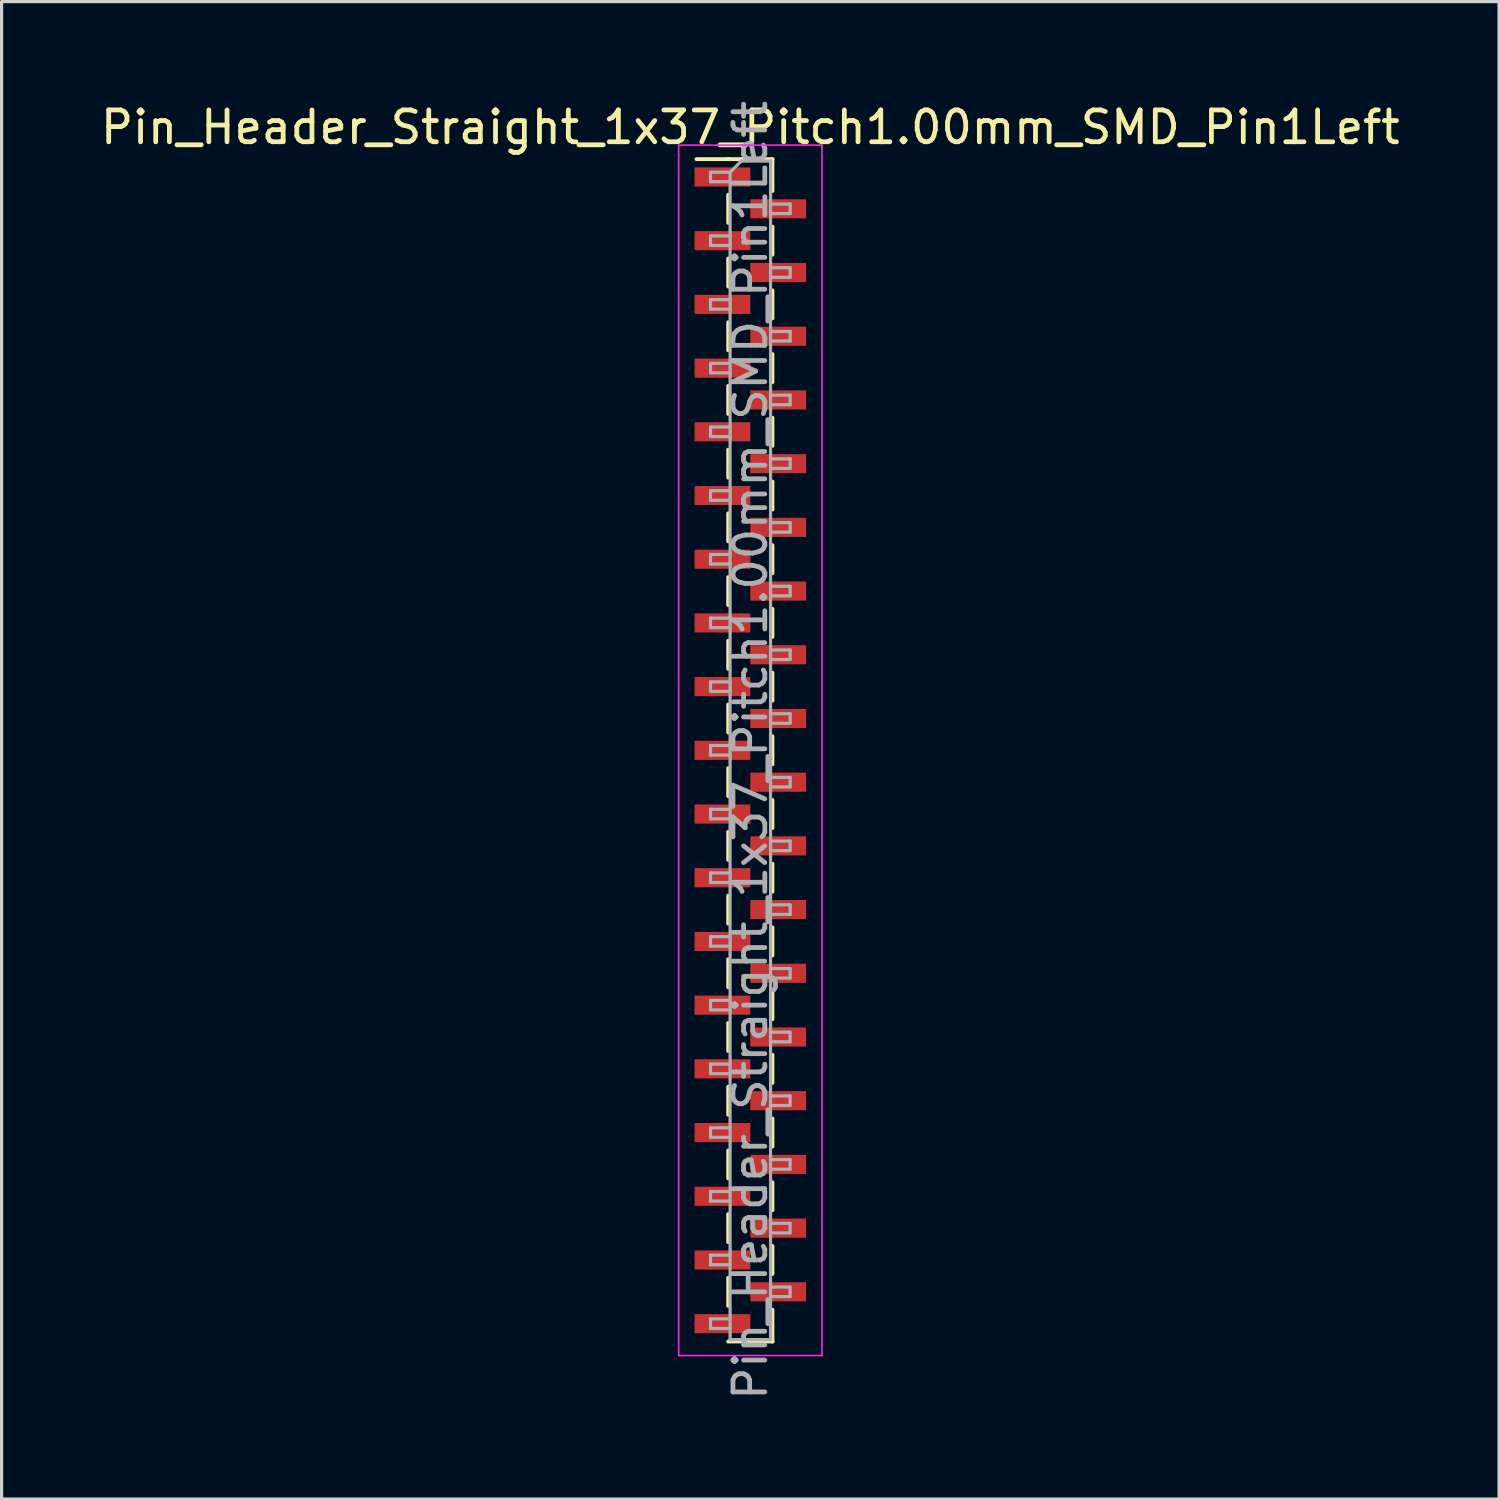
<source format=kicad_pcb>
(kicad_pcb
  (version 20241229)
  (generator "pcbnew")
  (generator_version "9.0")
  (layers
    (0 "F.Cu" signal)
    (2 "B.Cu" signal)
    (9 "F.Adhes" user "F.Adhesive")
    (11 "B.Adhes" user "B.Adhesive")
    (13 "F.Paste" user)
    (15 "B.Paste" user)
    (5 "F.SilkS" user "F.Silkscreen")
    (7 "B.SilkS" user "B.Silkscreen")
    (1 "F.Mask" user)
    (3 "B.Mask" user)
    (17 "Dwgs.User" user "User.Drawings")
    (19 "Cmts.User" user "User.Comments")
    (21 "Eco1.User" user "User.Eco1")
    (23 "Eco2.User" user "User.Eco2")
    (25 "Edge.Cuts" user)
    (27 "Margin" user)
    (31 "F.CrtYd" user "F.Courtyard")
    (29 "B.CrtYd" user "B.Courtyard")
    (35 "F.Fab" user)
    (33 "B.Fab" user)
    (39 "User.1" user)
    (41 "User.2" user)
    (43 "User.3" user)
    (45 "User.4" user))
  (footprint "Pin_Header_Straight_1x37_Pitch1.00mm_SMD_Pin1Left"
    (layer "F.Cu")
    (at 20.506 20.506)
    (property "Reference" "Pin_Header_Straight_1x37_Pitch1.00mm_SMD_Pin1Left" (at 0 -19.56 0) (layer "F.SilkS") (effects (font (size 1 1) (thickness 0.15))))
    (attr smd)
    (fp_line (start -0.695 -18.56) (end -1.69 -18.56) (stroke (width 0.12) (type solid)) (layer "F.SilkS"))
    (fp_line (start -0.695 -18.56) (end -0.695 -18.56) (stroke (width 0.12) (type solid)) (layer "F.SilkS"))
    (fp_line (start -0.695 -18.56) (end 0.695 -18.56) (stroke (width 0.12) (type solid)) (layer "F.SilkS"))
    (fp_line (start -0.695 -17.44) (end -0.695 -16.56) (stroke (width 0.12) (type solid)) (layer "F.SilkS"))
    (fp_line (start -0.695 -15.44) (end -0.695 -14.56) (stroke (width 0.12) (type solid)) (layer "F.SilkS"))
    (fp_line (start -0.695 -13.44) (end -0.695 -12.56) (stroke (width 0.12) (type solid)) (layer "F.SilkS"))
    (fp_line (start -0.695 -11.44) (end -0.695 -10.56) (stroke (width 0.12) (type solid)) (layer "F.SilkS"))
    (fp_line (start -0.695 -9.44) (end -0.695 -8.56) (stroke (width 0.12) (type solid)) (layer "F.SilkS"))
    (fp_line (start -0.695 -7.44) (end -0.695 -6.56) (stroke (width 0.12) (type solid)) (layer "F.SilkS"))
    (fp_line (start -0.695 -5.44) (end -0.695 -4.56) (stroke (width 0.12) (type solid)) (layer "F.SilkS"))
    (fp_line (start -0.695 -3.44) (end -0.695 -2.56) (stroke (width 0.12) (type solid)) (layer "F.SilkS"))
    (fp_line (start -0.695 -1.44) (end -0.695 -0.56) (stroke (width 0.12) (type solid)) (layer "F.SilkS"))
    (fp_line (start -0.695 0.56) (end -0.695 1.44) (stroke (width 0.12) (type solid)) (layer "F.SilkS"))
    (fp_line (start -0.695 2.56) (end -0.695 3.44) (stroke (width 0.12) (type solid)) (layer "F.SilkS"))
    (fp_line (start -0.695 4.56) (end -0.695 5.44) (stroke (width 0.12) (type solid)) (layer "F.SilkS"))
    (fp_line (start -0.695 6.56) (end -0.695 7.44) (stroke (width 0.12) (type solid)) (layer "F.SilkS"))
    (fp_line (start -0.695 8.56) (end -0.695 9.44) (stroke (width 0.12) (type solid)) (layer "F.SilkS"))
    (fp_line (start -0.695 10.56) (end -0.695 11.44) (stroke (width 0.12) (type solid)) (layer "F.SilkS"))
    (fp_line (start -0.695 12.56) (end -0.695 13.44) (stroke (width 0.12) (type solid)) (layer "F.SilkS"))
    (fp_line (start -0.695 14.56) (end -0.695 15.44) (stroke (width 0.12) (type solid)) (layer "F.SilkS"))
    (fp_line (start -0.695 16.56) (end -0.695 17.44) (stroke (width 0.12) (type solid)) (layer "F.SilkS"))
    (fp_line (start -0.695 18.56) (end 0.695 18.56) (stroke (width 0.12) (type solid)) (layer "F.SilkS"))
    (fp_line (start 0.695 -18.56) (end 0.695 -17.56) (stroke (width 0.12) (type solid)) (layer "F.SilkS"))
    (fp_line (start 0.695 -16.44) (end 0.695 -15.56) (stroke (width 0.12) (type solid)) (layer "F.SilkS"))
    (fp_line (start 0.695 -14.44) (end 0.695 -13.56) (stroke (width 0.12) (type solid)) (layer "F.SilkS"))
    (fp_line (start 0.695 -12.44) (end 0.695 -11.56) (stroke (width 0.12) (type solid)) (layer "F.SilkS"))
    (fp_line (start 0.695 -10.44) (end 0.695 -9.56) (stroke (width 0.12) (type solid)) (layer "F.SilkS"))
    (fp_line (start 0.695 -8.44) (end 0.695 -7.56) (stroke (width 0.12) (type solid)) (layer "F.SilkS"))
    (fp_line (start 0.695 -6.44) (end 0.695 -5.56) (stroke (width 0.12) (type solid)) (layer "F.SilkS"))
    (fp_line (start 0.695 -4.44) (end 0.695 -3.56) (stroke (width 0.12) (type solid)) (layer "F.SilkS"))
    (fp_line (start 0.695 -2.44) (end 0.695 -1.56) (stroke (width 0.12) (type solid)) (layer "F.SilkS"))
    (fp_line (start 0.695 -0.44) (end 0.695 0.44) (stroke (width 0.12) (type solid)) (layer "F.SilkS"))
    (fp_line (start 0.695 1.56) (end 0.695 2.44) (stroke (width 0.12) (type solid)) (layer "F.SilkS"))
    (fp_line (start 0.695 3.56) (end 0.695 4.44) (stroke (width 0.12) (type solid)) (layer "F.SilkS"))
    (fp_line (start 0.695 5.56) (end 0.695 6.44) (stroke (width 0.12) (type solid)) (layer "F.SilkS"))
    (fp_line (start 0.695 7.56) (end 0.695 8.44) (stroke (width 0.12) (type solid)) (layer "F.SilkS"))
    (fp_line (start 0.695 9.56) (end 0.695 10.44) (stroke (width 0.12) (type solid)) (layer "F.SilkS"))
    (fp_line (start 0.695 11.56) (end 0.695 12.44) (stroke (width 0.12) (type solid)) (layer "F.SilkS"))
    (fp_line (start 0.695 13.56) (end 0.695 14.44) (stroke (width 0.12) (type solid)) (layer "F.SilkS"))
    (fp_line (start 0.695 15.56) (end 0.695 16.44) (stroke (width 0.12) (type solid)) (layer "F.SilkS"))
    (fp_line (start 0.695 17.56) (end 0.695 18.56) (stroke (width 0.12) (type solid)) (layer "F.SilkS"))
    (fp_line (start 0.695 18.56) (end 0.695 18.56) (stroke (width 0.12) (type solid)) (layer "F.SilkS"))
    (fp_line (start -2.25 -19) (end -2.25 19) (stroke (width 0.05) (type solid)) (layer "F.CrtYd"))
    (fp_line (start -2.25 19) (end 2.25 19) (stroke (width 0.05) (type solid)) (layer "F.CrtYd"))
    (fp_line (start 2.25 -19) (end -2.25 -19) (stroke (width 0.05) (type solid)) (layer "F.CrtYd"))
    (fp_line (start 2.25 19) (end 2.25 -19) (stroke (width 0.05) (type solid)) (layer "F.CrtYd"))
    (fp_line (start -1.25 -18.15) (end -1.25 -17.85) (stroke (width 0.1) (type solid)) (layer "F.Fab"))
    (fp_line (start -1.25 -17.85) (end -0.635 -17.85) (stroke (width 0.1) (type solid)) (layer "F.Fab"))
    (fp_line (start -1.25 -16.15) (end -1.25 -15.85) (stroke (width 0.1) (type solid)) (layer "F.Fab"))
    (fp_line (start -1.25 -15.85) (end -0.635 -15.85) (stroke (width 0.1) (type solid)) (layer "F.Fab"))
    (fp_line (start -1.25 -14.15) (end -1.25 -13.85) (stroke (width 0.1) (type solid)) (layer "F.Fab"))
    (fp_line (start -1.25 -13.85) (end -0.635 -13.85) (stroke (width 0.1) (type solid)) (layer "F.Fab"))
    (fp_line (start -1.25 -12.15) (end -1.25 -11.85) (stroke (width 0.1) (type solid)) (layer "F.Fab"))
    (fp_line (start -1.25 -11.85) (end -0.635 -11.85) (stroke (width 0.1) (type solid)) (layer "F.Fab"))
    (fp_line (start -1.25 -10.15) (end -1.25 -9.85) (stroke (width 0.1) (type solid)) (layer "F.Fab"))
    (fp_line (start -1.25 -9.85) (end -0.635 -9.85) (stroke (width 0.1) (type solid)) (layer "F.Fab"))
    (fp_line (start -1.25 -8.15) (end -1.25 -7.85) (stroke (width 0.1) (type solid)) (layer "F.Fab"))
    (fp_line (start -1.25 -7.85) (end -0.635 -7.85) (stroke (width 0.1) (type solid)) (layer "F.Fab"))
    (fp_line (start -1.25 -6.15) (end -1.25 -5.85) (stroke (width 0.1) (type solid)) (layer "F.Fab"))
    (fp_line (start -1.25 -5.85) (end -0.635 -5.85) (stroke (width 0.1) (type solid)) (layer "F.Fab"))
    (fp_line (start -1.25 -4.15) (end -1.25 -3.85) (stroke (width 0.1) (type solid)) (layer "F.Fab"))
    (fp_line (start -1.25 -3.85) (end -0.635 -3.85) (stroke (width 0.1) (type solid)) (layer "F.Fab"))
    (fp_line (start -1.25 -2.15) (end -1.25 -1.85) (stroke (width 0.1) (type solid)) (layer "F.Fab"))
    (fp_line (start -1.25 -1.85) (end -0.635 -1.85) (stroke (width 0.1) (type solid)) (layer "F.Fab"))
    (fp_line (start -1.25 -0.15) (end -1.25 0.15) (stroke (width 0.1) (type solid)) (layer "F.Fab"))
    (fp_line (start -1.25 0.15) (end -0.635 0.15) (stroke (width 0.1) (type solid)) (layer "F.Fab"))
    (fp_line (start -1.25 1.85) (end -1.25 2.15) (stroke (width 0.1) (type solid)) (layer "F.Fab"))
    (fp_line (start -1.25 2.15) (end -0.635 2.15) (stroke (width 0.1) (type solid)) (layer "F.Fab"))
    (fp_line (start -1.25 3.85) (end -1.25 4.15) (stroke (width 0.1) (type solid)) (layer "F.Fab"))
    (fp_line (start -1.25 4.15) (end -0.635 4.15) (stroke (width 0.1) (type solid)) (layer "F.Fab"))
    (fp_line (start -1.25 5.85) (end -1.25 6.15) (stroke (width 0.1) (type solid)) (layer "F.Fab"))
    (fp_line (start -1.25 6.15) (end -0.635 6.15) (stroke (width 0.1) (type solid)) (layer "F.Fab"))
    (fp_line (start -1.25 7.85) (end -1.25 8.15) (stroke (width 0.1) (type solid)) (layer "F.Fab"))
    (fp_line (start -1.25 8.15) (end -0.635 8.15) (stroke (width 0.1) (type solid)) (layer "F.Fab"))
    (fp_line (start -1.25 9.85) (end -1.25 10.15) (stroke (width 0.1) (type solid)) (layer "F.Fab"))
    (fp_line (start -1.25 10.15) (end -0.635 10.15) (stroke (width 0.1) (type solid)) (layer "F.Fab"))
    (fp_line (start -1.25 11.85) (end -1.25 12.15) (stroke (width 0.1) (type solid)) (layer "F.Fab"))
    (fp_line (start -1.25 12.15) (end -0.635 12.15) (stroke (width 0.1) (type solid)) (layer "F.Fab"))
    (fp_line (start -1.25 13.85) (end -1.25 14.15) (stroke (width 0.1) (type solid)) (layer "F.Fab"))
    (fp_line (start -1.25 14.15) (end -0.635 14.15) (stroke (width 0.1) (type solid)) (layer "F.Fab"))
    (fp_line (start -1.25 15.85) (end -1.25 16.15) (stroke (width 0.1) (type solid)) (layer "F.Fab"))
    (fp_line (start -1.25 16.15) (end -0.635 16.15) (stroke (width 0.1) (type solid)) (layer "F.Fab"))
    (fp_line (start -1.25 17.85) (end -1.25 18.15) (stroke (width 0.1) (type solid)) (layer "F.Fab"))
    (fp_line (start -1.25 18.15) (end -0.635 18.15) (stroke (width 0.1) (type solid)) (layer "F.Fab"))
    (fp_line (start -0.635 -18.15) (end -1.25 -18.15) (stroke (width 0.1) (type solid)) (layer "F.Fab"))
    (fp_line (start -0.635 -18.15) (end -0.285 -18.5) (stroke (width 0.1) (type solid)) (layer "F.Fab"))
    (fp_line (start -0.635 -16.15) (end -1.25 -16.15) (stroke (width 0.1) (type solid)) (layer "F.Fab"))
    (fp_line (start -0.635 -14.15) (end -1.25 -14.15) (stroke (width 0.1) (type solid)) (layer "F.Fab"))
    (fp_line (start -0.635 -12.15) (end -1.25 -12.15) (stroke (width 0.1) (type solid)) (layer "F.Fab"))
    (fp_line (start -0.635 -10.15) (end -1.25 -10.15) (stroke (width 0.1) (type solid)) (layer "F.Fab"))
    (fp_line (start -0.635 -8.15) (end -1.25 -8.15) (stroke (width 0.1) (type solid)) (layer "F.Fab"))
    (fp_line (start -0.635 -6.15) (end -1.25 -6.15) (stroke (width 0.1) (type solid)) (layer "F.Fab"))
    (fp_line (start -0.635 -4.15) (end -1.25 -4.15) (stroke (width 0.1) (type solid)) (layer "F.Fab"))
    (fp_line (start -0.635 -2.15) (end -1.25 -2.15) (stroke (width 0.1) (type solid)) (layer "F.Fab"))
    (fp_line (start -0.635 -0.15) (end -1.25 -0.15) (stroke (width 0.1) (type solid)) (layer "F.Fab"))
    (fp_line (start -0.635 1.85) (end -1.25 1.85) (stroke (width 0.1) (type solid)) (layer "F.Fab"))
    (fp_line (start -0.635 3.85) (end -1.25 3.85) (stroke (width 0.1) (type solid)) (layer "F.Fab"))
    (fp_line (start -0.635 5.85) (end -1.25 5.85) (stroke (width 0.1) (type solid)) (layer "F.Fab"))
    (fp_line (start -0.635 7.85) (end -1.25 7.85) (stroke (width 0.1) (type solid)) (layer "F.Fab"))
    (fp_line (start -0.635 9.85) (end -1.25 9.85) (stroke (width 0.1) (type solid)) (layer "F.Fab"))
    (fp_line (start -0.635 11.85) (end -1.25 11.85) (stroke (width 0.1) (type solid)) (layer "F.Fab"))
    (fp_line (start -0.635 13.85) (end -1.25 13.85) (stroke (width 0.1) (type solid)) (layer "F.Fab"))
    (fp_line (start -0.635 15.85) (end -1.25 15.85) (stroke (width 0.1) (type solid)) (layer "F.Fab"))
    (fp_line (start -0.635 17.85) (end -1.25 17.85) (stroke (width 0.1) (type solid)) (layer "F.Fab"))
    (fp_line (start -0.635 18.5) (end -0.635 -18.15) (stroke (width 0.1) (type solid)) (layer "F.Fab"))
    (fp_line (start -0.285 -18.5) (end 0.635 -18.5) (stroke (width 0.1) (type solid)) (layer "F.Fab"))
    (fp_line (start 0.635 -18.5) (end 0.635 18.5) (stroke (width 0.1) (type solid)) (layer "F.Fab"))
    (fp_line (start 0.635 -17.15) (end 1.25 -17.15) (stroke (width 0.1) (type solid)) (layer "F.Fab"))
    (fp_line (start 0.635 -15.15) (end 1.25 -15.15) (stroke (width 0.1) (type solid)) (layer "F.Fab"))
    (fp_line (start 0.635 -13.15) (end 1.25 -13.15) (stroke (width 0.1) (type solid)) (layer "F.Fab"))
    (fp_line (start 0.635 -11.15) (end 1.25 -11.15) (stroke (width 0.1) (type solid)) (layer "F.Fab"))
    (fp_line (start 0.635 -9.15) (end 1.25 -9.15) (stroke (width 0.1) (type solid)) (layer "F.Fab"))
    (fp_line (start 0.635 -7.15) (end 1.25 -7.15) (stroke (width 0.1) (type solid)) (layer "F.Fab"))
    (fp_line (start 0.635 -5.15) (end 1.25 -5.15) (stroke (width 0.1) (type solid)) (layer "F.Fab"))
    (fp_line (start 0.635 -3.15) (end 1.25 -3.15) (stroke (width 0.1) (type solid)) (layer "F.Fab"))
    (fp_line (start 0.635 -1.15) (end 1.25 -1.15) (stroke (width 0.1) (type solid)) (layer "F.Fab"))
    (fp_line (start 0.635 0.85) (end 1.25 0.85) (stroke (width 0.1) (type solid)) (layer "F.Fab"))
    (fp_line (start 0.635 2.85) (end 1.25 2.85) (stroke (width 0.1) (type solid)) (layer "F.Fab"))
    (fp_line (start 0.635 4.85) (end 1.25 4.85) (stroke (width 0.1) (type solid)) (layer "F.Fab"))
    (fp_line (start 0.635 6.85) (end 1.25 6.85) (stroke (width 0.1) (type solid)) (layer "F.Fab"))
    (fp_line (start 0.635 8.85) (end 1.25 8.85) (stroke (width 0.1) (type solid)) (layer "F.Fab"))
    (fp_line (start 0.635 10.85) (end 1.25 10.85) (stroke (width 0.1) (type solid)) (layer "F.Fab"))
    (fp_line (start 0.635 12.85) (end 1.25 12.85) (stroke (width 0.1) (type solid)) (layer "F.Fab"))
    (fp_line (start 0.635 14.85) (end 1.25 14.85) (stroke (width 0.1) (type solid)) (layer "F.Fab"))
    (fp_line (start 0.635 16.85) (end 1.25 16.85) (stroke (width 0.1) (type solid)) (layer "F.Fab"))
    (fp_line (start 0.635 18.5) (end -0.635 18.5) (stroke (width 0.1) (type solid)) (layer "F.Fab"))
    (fp_line (start 1.25 -17.15) (end 1.25 -16.85) (stroke (width 0.1) (type solid)) (layer "F.Fab"))
    (fp_line (start 1.25 -16.85) (end 0.635 -16.85) (stroke (width 0.1) (type solid)) (layer "F.Fab"))
    (fp_line (start 1.25 -15.15) (end 1.25 -14.85) (stroke (width 0.1) (type solid)) (layer "F.Fab"))
    (fp_line (start 1.25 -14.85) (end 0.635 -14.85) (stroke (width 0.1) (type solid)) (layer "F.Fab"))
    (fp_line (start 1.25 -13.15) (end 1.25 -12.85) (stroke (width 0.1) (type solid)) (layer "F.Fab"))
    (fp_line (start 1.25 -12.85) (end 0.635 -12.85) (stroke (width 0.1) (type solid)) (layer "F.Fab"))
    (fp_line (start 1.25 -11.15) (end 1.25 -10.85) (stroke (width 0.1) (type solid)) (layer "F.Fab"))
    (fp_line (start 1.25 -10.85) (end 0.635 -10.85) (stroke (width 0.1) (type solid)) (layer "F.Fab"))
    (fp_line (start 1.25 -9.15) (end 1.25 -8.85) (stroke (width 0.1) (type solid)) (layer "F.Fab"))
    (fp_line (start 1.25 -8.85) (end 0.635 -8.85) (stroke (width 0.1) (type solid)) (layer "F.Fab"))
    (fp_line (start 1.25 -7.15) (end 1.25 -6.85) (stroke (width 0.1) (type solid)) (layer "F.Fab"))
    (fp_line (start 1.25 -6.85) (end 0.635 -6.85) (stroke (width 0.1) (type solid)) (layer "F.Fab"))
    (fp_line (start 1.25 -5.15) (end 1.25 -4.85) (stroke (width 0.1) (type solid)) (layer "F.Fab"))
    (fp_line (start 1.25 -4.85) (end 0.635 -4.85) (stroke (width 0.1) (type solid)) (layer "F.Fab"))
    (fp_line (start 1.25 -3.15) (end 1.25 -2.85) (stroke (width 0.1) (type solid)) (layer "F.Fab"))
    (fp_line (start 1.25 -2.85) (end 0.635 -2.85) (stroke (width 0.1) (type solid)) (layer "F.Fab"))
    (fp_line (start 1.25 -1.15) (end 1.25 -0.85) (stroke (width 0.1) (type solid)) (layer "F.Fab"))
    (fp_line (start 1.25 -0.85) (end 0.635 -0.85) (stroke (width 0.1) (type solid)) (layer "F.Fab"))
    (fp_line (start 1.25 0.85) (end 1.25 1.15) (stroke (width 0.1) (type solid)) (layer "F.Fab"))
    (fp_line (start 1.25 1.15) (end 0.635 1.15) (stroke (width 0.1) (type solid)) (layer "F.Fab"))
    (fp_line (start 1.25 2.85) (end 1.25 3.15) (stroke (width 0.1) (type solid)) (layer "F.Fab"))
    (fp_line (start 1.25 3.15) (end 0.635 3.15) (stroke (width 0.1) (type solid)) (layer "F.Fab"))
    (fp_line (start 1.25 4.85) (end 1.25 5.15) (stroke (width 0.1) (type solid)) (layer "F.Fab"))
    (fp_line (start 1.25 5.15) (end 0.635 5.15) (stroke (width 0.1) (type solid)) (layer "F.Fab"))
    (fp_line (start 1.25 6.85) (end 1.25 7.15) (stroke (width 0.1) (type solid)) (layer "F.Fab"))
    (fp_line (start 1.25 7.15) (end 0.635 7.15) (stroke (width 0.1) (type solid)) (layer "F.Fab"))
    (fp_line (start 1.25 8.85) (end 1.25 9.15) (stroke (width 0.1) (type solid)) (layer "F.Fab"))
    (fp_line (start 1.25 9.15) (end 0.635 9.15) (stroke (width 0.1) (type solid)) (layer "F.Fab"))
    (fp_line (start 1.25 10.85) (end 1.25 11.15) (stroke (width 0.1) (type solid)) (layer "F.Fab"))
    (fp_line (start 1.25 11.15) (end 0.635 11.15) (stroke (width 0.1) (type solid)) (layer "F.Fab"))
    (fp_line (start 1.25 12.85) (end 1.25 13.15) (stroke (width 0.1) (type solid)) (layer "F.Fab"))
    (fp_line (start 1.25 13.15) (end 0.635 13.15) (stroke (width 0.1) (type solid)) (layer "F.Fab"))
    (fp_line (start 1.25 14.85) (end 1.25 15.15) (stroke (width 0.1) (type solid)) (layer "F.Fab"))
    (fp_line (start 1.25 15.15) (end 0.635 15.15) (stroke (width 0.1) (type solid)) (layer "F.Fab"))
    (fp_line (start 1.25 16.85) (end 1.25 17.15) (stroke (width 0.1) (type solid)) (layer "F.Fab"))
    (fp_line (start 1.25 17.15) (end 0.635 17.15) (stroke (width 0.1) (type solid)) (layer "F.Fab"))
    (fp_text user "${REFERENCE}" (at 0 0 90) (layer "F.Fab") (effects (font (size 1 1) (thickness 0.15))))
    (pad "1" smd rect (at -0.875 -18) (size 1.75 0.6) (layers "F.Cu" "F.Mask" "F.Paste"))
    (pad "2" smd rect (at 0.875 -17) (size 1.75 0.6) (layers "F.Cu" "F.Mask" "F.Paste"))
    (pad "3" smd rect (at -0.875 -16) (size 1.75 0.6) (layers "F.Cu" "F.Mask" "F.Paste"))
    (pad "4" smd rect (at 0.875 -15) (size 1.75 0.6) (layers "F.Cu" "F.Mask" "F.Paste"))
    (pad "5" smd rect (at -0.875 -14) (size 1.75 0.6) (layers "F.Cu" "F.Mask" "F.Paste"))
    (pad "6" smd rect (at 0.875 -13) (size 1.75 0.6) (layers "F.Cu" "F.Mask" "F.Paste"))
    (pad "7" smd rect (at -0.875 -12) (size 1.75 0.6) (layers "F.Cu" "F.Mask" "F.Paste"))
    (pad "8" smd rect (at 0.875 -11) (size 1.75 0.6) (layers "F.Cu" "F.Mask" "F.Paste"))
    (pad "9" smd rect (at -0.875 -10) (size 1.75 0.6) (layers "F.Cu" "F.Mask" "F.Paste"))
    (pad "10" smd rect (at 0.875 -9) (size 1.75 0.6) (layers "F.Cu" "F.Mask" "F.Paste"))
    (pad "11" smd rect (at -0.875 -8) (size 1.75 0.6) (layers "F.Cu" "F.Mask" "F.Paste"))
    (pad "12" smd rect (at 0.875 -7) (size 1.75 0.6) (layers "F.Cu" "F.Mask" "F.Paste"))
    (pad "13" smd rect (at -0.875 -6) (size 1.75 0.6) (layers "F.Cu" "F.Mask" "F.Paste"))
    (pad "14" smd rect (at 0.875 -5) (size 1.75 0.6) (layers "F.Cu" "F.Mask" "F.Paste"))
    (pad "15" smd rect (at -0.875 -4) (size 1.75 0.6) (layers "F.Cu" "F.Mask" "F.Paste"))
    (pad "16" smd rect (at 0.875 -3) (size 1.75 0.6) (layers "F.Cu" "F.Mask" "F.Paste"))
    (pad "17" smd rect (at -0.875 -2) (size 1.75 0.6) (layers "F.Cu" "F.Mask" "F.Paste"))
    (pad "18" smd rect (at 0.875 -1) (size 1.75 0.6) (layers "F.Cu" "F.Mask" "F.Paste"))
    (pad "19" smd rect (at -0.875 0) (size 1.75 0.6) (layers "F.Cu" "F.Mask" "F.Paste"))
    (pad "20" smd rect (at 0.875 1) (size 1.75 0.6) (layers "F.Cu" "F.Mask" "F.Paste"))
    (pad "21" smd rect (at -0.875 2) (size 1.75 0.6) (layers "F.Cu" "F.Mask" "F.Paste"))
    (pad "22" smd rect (at 0.875 3) (size 1.75 0.6) (layers "F.Cu" "F.Mask" "F.Paste"))
    (pad "23" smd rect (at -0.875 4) (size 1.75 0.6) (layers "F.Cu" "F.Mask" "F.Paste"))
    (pad "24" smd rect (at 0.875 5) (size 1.75 0.6) (layers "F.Cu" "F.Mask" "F.Paste"))
    (pad "25" smd rect (at -0.875 6) (size 1.75 0.6) (layers "F.Cu" "F.Mask" "F.Paste"))
    (pad "26" smd rect (at 0.875 7) (size 1.75 0.6) (layers "F.Cu" "F.Mask" "F.Paste"))
    (pad "27" smd rect (at -0.875 8) (size 1.75 0.6) (layers "F.Cu" "F.Mask" "F.Paste"))
    (pad "28" smd rect (at 0.875 9) (size 1.75 0.6) (layers "F.Cu" "F.Mask" "F.Paste"))
    (pad "29" smd rect (at -0.875 10) (size 1.75 0.6) (layers "F.Cu" "F.Mask" "F.Paste"))
    (pad "30" smd rect (at 0.875 11) (size 1.75 0.6) (layers "F.Cu" "F.Mask" "F.Paste"))
    (pad "31" smd rect (at -0.875 12) (size 1.75 0.6) (layers "F.Cu" "F.Mask" "F.Paste"))
    (pad "32" smd rect (at 0.875 13) (size 1.75 0.6) (layers "F.Cu" "F.Mask" "F.Paste"))
    (pad "33" smd rect (at -0.875 14) (size 1.75 0.6) (layers "F.Cu" "F.Mask" "F.Paste"))
    (pad "34" smd rect (at 0.875 15) (size 1.75 0.6) (layers "F.Cu" "F.Mask" "F.Paste"))
    (pad "35" smd rect (at -0.875 16) (size 1.75 0.6) (layers "F.Cu" "F.Mask" "F.Paste"))
    (pad "36" smd rect (at 0.875 17) (size 1.75 0.6) (layers "F.Cu" "F.Mask" "F.Paste"))
    (pad "37" smd rect (at -0.875 18) (size 1.75 0.6) (layers "F.Cu" "F.Mask" "F.Paste")))
  (gr_rect
    (start -3 -3)
    (end 44.012 44.012)
    (stroke (width 0.1) (type default))
    (fill no)
    (layer "Edge.Cuts")))
</source>
